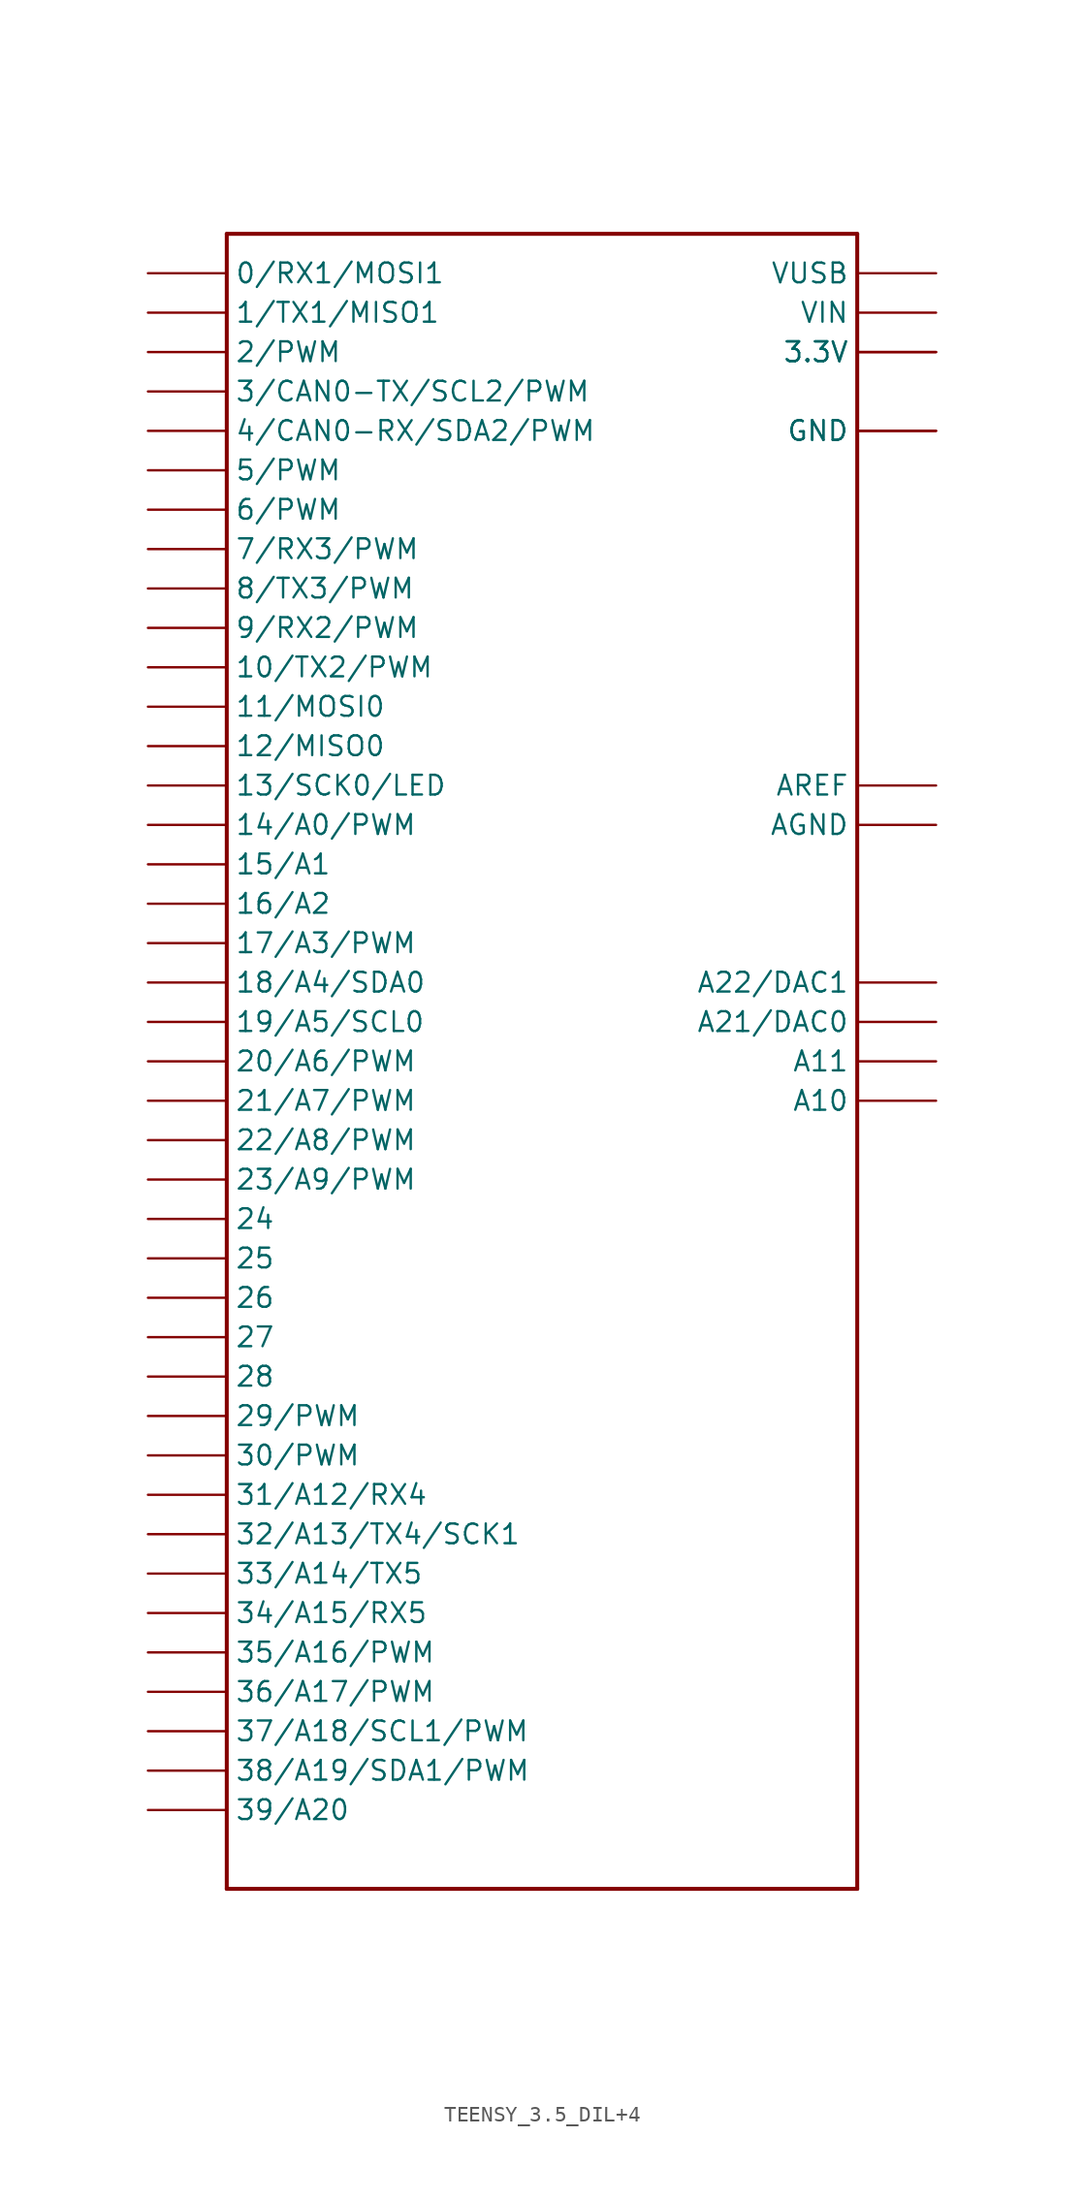
<source format=kicad_sym>
(kicad_symbol_lib
  (version 20220914)
  (generator kicad_symbol_editor)
  (symbol "TEENSY_3.5_DIL+4"
    (property "Reference" ""
      (at -3.048 54.61 0)
      (effects (font (size 1.27 1.27) bold) (justify left bottom) hide))
    (property "Value" ""
      (at -2.794 -55.88 0)
      (effects (font (size 1.27 1.27) bold) (justify left bottom)))
    (property "ki_locked" ""
      (at 0 0 0)
      (effects (font (size 1.27 1.27))))
    (symbol "TEENSY_3.5_DIL+4_1_0"
      (polyline (pts (xy -20.32 -53.34) (xy 20.32 -53.34)) (stroke (width 0.254) (type solid)) (fill (type none)))
      (polyline (pts (xy -20.32 53.34) (xy -20.32 -53.34)) (stroke (width 0.254) (type solid)) (fill (type none)))
      (polyline (pts (xy 20.32 -53.34) (xy 20.32 53.34)) (stroke (width 0.254) (type solid)) (fill (type none)))
      (polyline (pts (xy 20.32 53.34) (xy -20.32 53.34)) (stroke (width 0.254) (type solid)) (fill (type none)))
      (pin bidirectional line (at -25.4 50.8 0) (length 5.08) (name "0/RX1/MOSI1" (effects (font (size 1.27 1.27)))) (number "0" (effects (font (size 0 0)))))
      (pin bidirectional line (at -25.4 48.26 0) (length 5.08) (name "1/TX1/MISO1" (effects (font (size 1.27 1.27)))) (number "1" (effects (font (size 0 0)))))
      (pin bidirectional line (at -25.4 25.4 0) (length 5.08) (name "10/TX2/PWM" (effects (font (size 1.27 1.27)))) (number "10" (effects (font (size 0 0)))))
      (pin bidirectional line (at -25.4 22.86 0) (length 5.08) (name "11/MOSI0" (effects (font (size 1.27 1.27)))) (number "11" (effects (font (size 0 0)))))
      (pin bidirectional line (at -25.4 20.32 0) (length 5.08) (name "12/MISO0" (effects (font (size 1.27 1.27)))) (number "12" (effects (font (size 0 0)))))
      (pin bidirectional line (at -25.4 17.78 0) (length 5.08) (name "13/SCK0/LED" (effects (font (size 1.27 1.27)))) (number "13" (effects (font (size 0 0)))))
      (pin bidirectional line (at -25.4 15.24 0) (length 5.08) (name "14/A0/PWM" (effects (font (size 1.27 1.27)))) (number "14/A0" (effects (font (size 0 0)))))
      (pin bidirectional line (at -25.4 12.7 0) (length 5.08) (name "15/A1" (effects (font (size 1.27 1.27)))) (number "15/A1" (effects (font (size 0 0)))))
      (pin bidirectional line (at -25.4 10.16 0) (length 5.08) (name "16/A2" (effects (font (size 1.27 1.27)))) (number "16/A2" (effects (font (size 0 0)))))
      (pin bidirectional line (at -25.4 7.62 0) (length 5.08) (name "17/A3/PWM" (effects (font (size 1.27 1.27)))) (number "17/A3" (effects (font (size 0 0)))))
      (pin bidirectional line (at -25.4 5.08 0) (length 5.08) (name "18/A4/SDA0" (effects (font (size 1.27 1.27)))) (number "18/A4" (effects (font (size 0 0)))))
      (pin bidirectional line (at -25.4 2.54 0) (length 5.08) (name "19/A5/SCL0" (effects (font (size 1.27 1.27)))) (number "19/A5" (effects (font (size 0 0)))))
      (pin bidirectional line (at -25.4 45.72 0) (length 5.08) (name "2/PWM" (effects (font (size 1.27 1.27)))) (number "2" (effects (font (size 0 0)))))
      (pin bidirectional line (at -25.4 0 0) (length 5.08) (name "20/A6/PWM" (effects (font (size 1.27 1.27)))) (number "20/A6" (effects (font (size 0 0)))))
      (pin bidirectional line (at -25.4 -2.54 0) (length 5.08) (name "21/A7/PWM" (effects (font (size 1.27 1.27)))) (number "21/A7" (effects (font (size 0 0)))))
      (pin bidirectional line (at -25.4 -5.08 0) (length 5.08) (name "22/A8/PWM" (effects (font (size 1.27 1.27)))) (number "22/A8" (effects (font (size 0 0)))))
      (pin bidirectional line (at -25.4 -7.62 0) (length 5.08) (name "23/A9/PWM" (effects (font (size 1.27 1.27)))) (number "23/A9" (effects (font (size 0 0)))))
      (pin bidirectional line (at -25.4 -10.16 0) (length 5.08) (name "24" (effects (font (size 1.27 1.27)))) (number "24" (effects (font (size 0 0)))))
      (pin bidirectional line (at -25.4 -12.7 0) (length 5.08) (name "25" (effects (font (size 1.27 1.27)))) (number "25" (effects (font (size 0 0)))))
      (pin bidirectional line (at -25.4 -15.24 0) (length 5.08) (name "26" (effects (font (size 1.27 1.27)))) (number "26" (effects (font (size 0 0)))))
      (pin bidirectional line (at -25.4 -17.78 0) (length 5.08) (name "27" (effects (font (size 1.27 1.27)))) (number "27" (effects (font (size 0 0)))))
      (pin bidirectional line (at -25.4 -20.32 0) (length 5.08) (name "28" (effects (font (size 1.27 1.27)))) (number "28" (effects (font (size 0 0)))))
      (pin bidirectional line (at -25.4 -22.86 0) (length 5.08) (name "29/PWM" (effects (font (size 1.27 1.27)))) (number "29" (effects (font (size 0 0)))))
      (pin bidirectional line (at -25.4 43.18 0) (length 5.08) (name "3/CAN0-TX/SCL2/PWM" (effects (font (size 1.27 1.27)))) (number "3" (effects (font (size 0 0)))))
      (pin power_in line (at 25.4 45.72 180) (length 5.08) (name "3.3V" (effects (font (size 1.27 1.27)))) (number "3.3V" (effects (font (size 0 0)))))
      (pin power_in line (at 25.4 45.72 180) (length 5.08) (name "3.3V" (effects (font (size 1.27 1.27)))) (number "3.3V3" (effects (font (size 0 0)))))
      (pin bidirectional line (at -25.4 -25.4 0) (length 5.08) (name "30/PWM" (effects (font (size 1.27 1.27)))) (number "30" (effects (font (size 0 0)))))
      (pin bidirectional line (at -25.4 -27.94 0) (length 5.08) (name "31/A12/RX4" (effects (font (size 1.27 1.27)))) (number "31/A12" (effects (font (size 0 0)))))
      (pin bidirectional line (at -25.4 -30.48 0) (length 5.08) (name "32/A13/TX4/SCK1" (effects (font (size 1.27 1.27)))) (number "32/A13" (effects (font (size 0 0)))))
      (pin bidirectional line (at -25.4 -33.02 0) (length 5.08) (name "33/A14/TX5" (effects (font (size 1.27 1.27)))) (number "33/A14" (effects (font (size 0 0)))))
      (pin bidirectional line (at -25.4 -35.56 0) (length 5.08) (name "34/A15/RX5" (effects (font (size 1.27 1.27)))) (number "34/A15" (effects (font (size 0 0)))))
      (pin bidirectional line (at -25.4 -38.1 0) (length 5.08) (name "35/A16/PWM" (effects (font (size 1.27 1.27)))) (number "35/A16" (effects (font (size 0 0)))))
      (pin bidirectional line (at -25.4 -40.64 0) (length 5.08) (name "36/A17/PWM" (effects (font (size 1.27 1.27)))) (number "36/A17" (effects (font (size 0 0)))))
      (pin bidirectional line (at -25.4 -43.18 0) (length 5.08) (name "37/A18/SCL1/PWM" (effects (font (size 1.27 1.27)))) (number "37/A18" (effects (font (size 0 0)))))
      (pin bidirectional line (at -25.4 -45.72 0) (length 5.08) (name "38/A19/SDA1/PWM" (effects (font (size 1.27 1.27)))) (number "38/A19" (effects (font (size 0 0)))))
      (pin bidirectional line (at -25.4 -48.26 0) (length 5.08) (name "39/A20" (effects (font (size 1.27 1.27)))) (number "39/A20" (effects (font (size 0 0)))))
      (pin bidirectional line (at -25.4 40.64 0) (length 5.08) (name "4/CAN0-RX/SDA2/PWM" (effects (font (size 1.27 1.27)))) (number "4" (effects (font (size 0 0)))))
      (pin bidirectional line (at -25.4 38.1 0) (length 5.08) (name "5/PWM" (effects (font (size 1.27 1.27)))) (number "5" (effects (font (size 0 0)))))
      (pin bidirectional line (at -25.4 35.56 0) (length 5.08) (name "6/PWM" (effects (font (size 1.27 1.27)))) (number "6" (effects (font (size 0 0)))))
      (pin bidirectional line (at -25.4 33.02 0) (length 5.08) (name "7/RX3/PWM" (effects (font (size 1.27 1.27)))) (number "7" (effects (font (size 0 0)))))
      (pin bidirectional line (at -25.4 30.48 0) (length 5.08) (name "8/TX3/PWM" (effects (font (size 1.27 1.27)))) (number "8" (effects (font (size 0 0)))))
      (pin bidirectional line (at -25.4 27.94 0) (length 5.08) (name "9/RX2/PWM" (effects (font (size 1.27 1.27)))) (number "9" (effects (font (size 0 0)))))
      (pin bidirectional line (at 25.4 -2.54 180) (length 5.08) (name "A10" (effects (font (size 1.27 1.27)))) (number "A10" (effects (font (size 0 0)))))
      (pin bidirectional line (at 25.4 0 180) (length 5.08) (name "A11" (effects (font (size 1.27 1.27)))) (number "A11" (effects (font (size 0 0)))))
      (pin bidirectional line (at 25.4 2.54 180) (length 5.08) (name "A21/DAC0" (effects (font (size 1.27 1.27)))) (number "A21" (effects (font (size 0 0)))))
      (pin bidirectional line (at 25.4 5.08 180) (length 5.08) (name "A22/DAC1" (effects (font (size 1.27 1.27)))) (number "A22" (effects (font (size 0 0)))))
      (pin power_in line (at 25.4 15.24 180) (length 5.08) (name "AGND" (effects (font (size 1.27 1.27)))) (number "AGND" (effects (font (size 0 0)))))
      (pin power_in line (at 25.4 17.78 180) (length 5.08) (name "AREF" (effects (font (size 1.27 1.27)))) (number "AREF" (effects (font (size 0 0)))))
      (pin power_in line (at 25.4 40.64 180) (length 5.08) (name "GND" (effects (font (size 1.27 1.27)))) (number "GND" (effects (font (size 0 0)))))
      (pin power_in line (at 25.4 40.64 180) (length 5.08) (name "GND" (effects (font (size 1.27 1.27)))) (number "GND1" (effects (font (size 0 0)))))
      (pin power_in line (at 25.4 48.26 180) (length 5.08) (name "VIN" (effects (font (size 1.27 1.27)))) (number "VIN" (effects (font (size 0 0)))))
      (pin power_in line (at 25.4 50.8 180) (length 5.08) (name "VUSB" (effects (font (size 1.27 1.27)))) (number "VUSB" (effects (font (size 0 0))))))))
</source>
